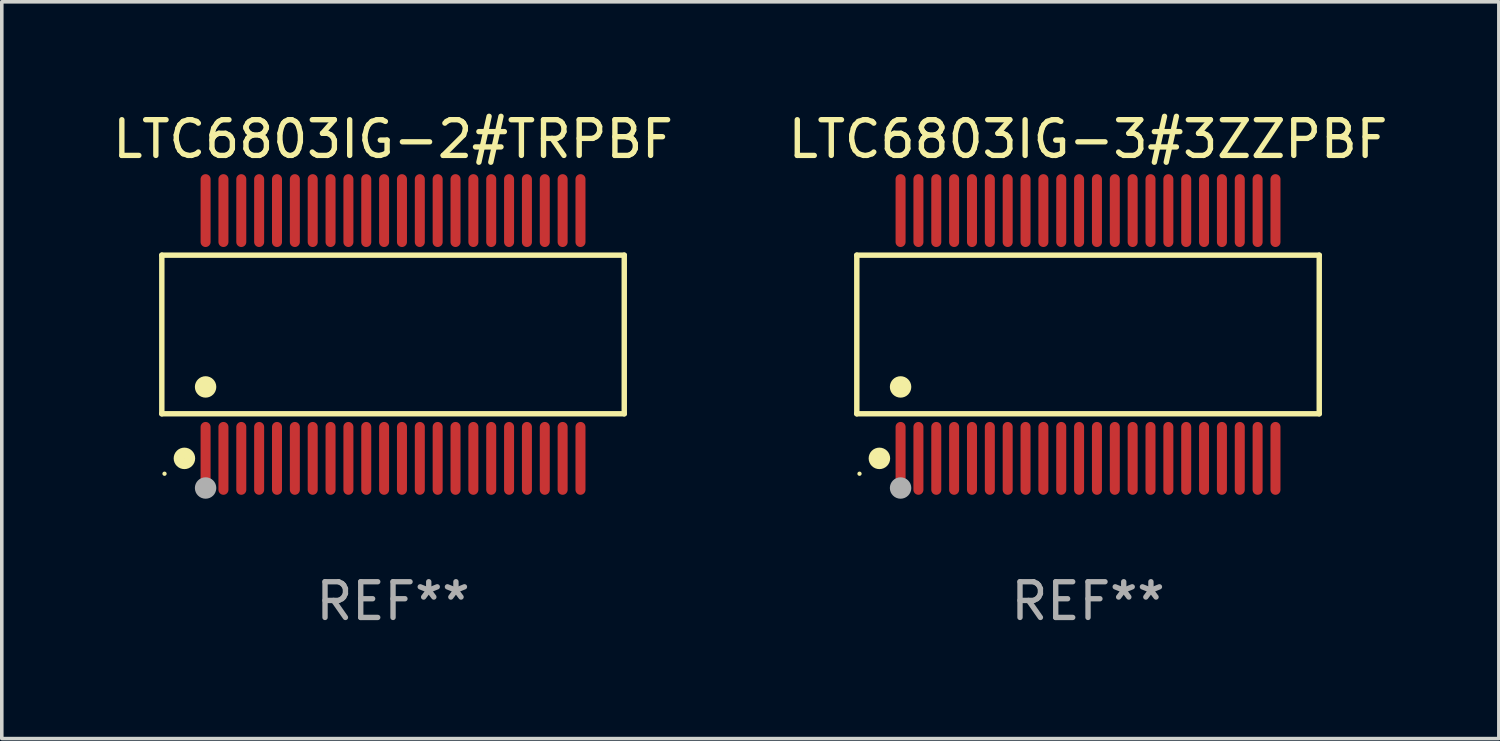
<source format=kicad_pcb>
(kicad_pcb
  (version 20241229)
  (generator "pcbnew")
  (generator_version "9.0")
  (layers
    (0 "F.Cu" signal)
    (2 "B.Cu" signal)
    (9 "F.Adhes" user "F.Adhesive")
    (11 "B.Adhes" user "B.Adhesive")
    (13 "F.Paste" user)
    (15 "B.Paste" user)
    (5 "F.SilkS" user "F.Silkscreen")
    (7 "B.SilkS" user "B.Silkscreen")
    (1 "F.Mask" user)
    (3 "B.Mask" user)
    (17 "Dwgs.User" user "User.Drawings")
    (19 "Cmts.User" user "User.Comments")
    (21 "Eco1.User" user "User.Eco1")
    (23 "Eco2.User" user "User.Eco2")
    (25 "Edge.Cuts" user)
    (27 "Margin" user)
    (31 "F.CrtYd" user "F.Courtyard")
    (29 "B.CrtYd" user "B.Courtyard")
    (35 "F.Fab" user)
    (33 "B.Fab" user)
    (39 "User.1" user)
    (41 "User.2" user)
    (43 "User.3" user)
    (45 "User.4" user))
  (footprint "LTC6803IG-2#TRPBF"
    (layer "F.Cu")
    (at 7.958 6.318)
    (property "Reference" "LTC6803IG-2#TRPBF" (at 0 -5.47 0) (layer "F.SilkS") (effects (font (size 1 1) (thickness 0.15))))
    (attr through_hole)
    (fp_line (start -6.476 -2.221) (end 6.476 -2.221) (stroke (width 0.152) (type solid)) (layer "F.SilkS"))
    (fp_line (start -6.476 2.221) (end -6.476 -2.221) (stroke (width 0.152) (type solid)) (layer "F.SilkS"))
    (fp_line (start 6.476 -2.221) (end 6.476 2.221) (stroke (width 0.152) (type solid)) (layer "F.SilkS"))
    (fp_line (start 6.476 2.221) (end -6.476 2.221) (stroke (width 0.152) (type solid)) (layer "F.SilkS"))
    (fp_circle (center -6.4 3.9) (end -6.37 3.9) (stroke (width 0.06) (type solid)) (fill no) (layer "F.SilkS"))
    (fp_circle (center -5.843 3.47) (end -5.692 3.47) (stroke (width 0.3) (type solid)) (fill no) (layer "F.SilkS"))
    (fp_circle (center -5.25 1.469) (end -5.1 1.469) (stroke (width 0.3) (type solid)) (fill no) (layer "F.SilkS"))
    (fp_circle (center -5.25 4.3) (end -5.1 4.3) (stroke (width 0.3) (type solid)) (fill no) (layer "F.Fab"))
    (fp_text user "REF**" (at 0 7.47 0) (layer "F.Fab") (effects (font (size 1 1) (thickness 0.15))))
    (pad "1" smd oval (at -5.25 3.47) (size 0.28 2.04) (layers "F.Cu" "F.Mask" "F.Paste"))
    (pad "2" smd oval (at -4.75 3.47) (size 0.28 2.04) (layers "F.Cu" "F.Mask" "F.Paste"))
    (pad "3" smd oval (at -4.25 3.47) (size 0.28 2.04) (layers "F.Cu" "F.Mask" "F.Paste"))
    (pad "4" smd oval (at -3.75 3.47) (size 0.28 2.04) (layers "F.Cu" "F.Mask" "F.Paste"))
    (pad "5" smd oval (at -3.25 3.47) (size 0.28 2.04) (layers "F.Cu" "F.Mask" "F.Paste"))
    (pad "6" smd oval (at -2.75 3.47) (size 0.28 2.04) (layers "F.Cu" "F.Mask" "F.Paste"))
    (pad "7" smd oval (at -2.25 3.47) (size 0.28 2.04) (layers "F.Cu" "F.Mask" "F.Paste"))
    (pad "8" smd oval (at -1.75 3.47) (size 0.28 2.04) (layers "F.Cu" "F.Mask" "F.Paste"))
    (pad "9" smd oval (at -1.25 3.47) (size 0.28 2.04) (layers "F.Cu" "F.Mask" "F.Paste"))
    (pad "10" smd oval (at -0.75 3.47) (size 0.28 2.04) (layers "F.Cu" "F.Mask" "F.Paste"))
    (pad "11" smd oval (at -0.25 3.47) (size 0.28 2.04) (layers "F.Cu" "F.Mask" "F.Paste"))
    (pad "12" smd oval (at 0.25 3.47) (size 0.28 2.04) (layers "F.Cu" "F.Mask" "F.Paste"))
    (pad "13" smd oval (at 0.75 3.47) (size 0.28 2.04) (layers "F.Cu" "F.Mask" "F.Paste"))
    (pad "14" smd oval (at 1.25 3.47) (size 0.28 2.04) (layers "F.Cu" "F.Mask" "F.Paste"))
    (pad "15" smd oval (at 1.75 3.47) (size 0.28 2.04) (layers "F.Cu" "F.Mask" "F.Paste"))
    (pad "16" smd oval (at 2.25 3.47) (size 0.28 2.04) (layers "F.Cu" "F.Mask" "F.Paste"))
    (pad "17" smd oval (at 2.75 3.47) (size 0.28 2.04) (layers "F.Cu" "F.Mask" "F.Paste"))
    (pad "18" smd oval (at 3.25 3.47) (size 0.28 2.04) (layers "F.Cu" "F.Mask" "F.Paste"))
    (pad "19" smd oval (at 3.75 3.47) (size 0.28 2.04) (layers "F.Cu" "F.Mask" "F.Paste"))
    (pad "20" smd oval (at 4.25 3.47) (size 0.28 2.04) (layers "F.Cu" "F.Mask" "F.Paste"))
    (pad "21" smd oval (at 4.75 3.47) (size 0.28 2.04) (layers "F.Cu" "F.Mask" "F.Paste"))
    (pad "22" smd oval (at 5.25 3.47) (size 0.28 2.04) (layers "F.Cu" "F.Mask" "F.Paste"))
    (pad "23" smd oval (at 5.25 -3.47) (size 0.28 2.04) (layers "F.Cu" "F.Mask" "F.Paste"))
    (pad "24" smd oval (at 4.75 -3.47) (size 0.28 2.04) (layers "F.Cu" "F.Mask" "F.Paste"))
    (pad "25" smd oval (at 4.25 -3.47) (size 0.28 2.04) (layers "F.Cu" "F.Mask" "F.Paste"))
    (pad "26" smd oval (at 3.75 -3.47) (size 0.28 2.04) (layers "F.Cu" "F.Mask" "F.Paste"))
    (pad "27" smd oval (at 3.25 -3.47) (size 0.28 2.04) (layers "F.Cu" "F.Mask" "F.Paste"))
    (pad "28" smd oval (at 2.75 -3.47) (size 0.28 2.04) (layers "F.Cu" "F.Mask" "F.Paste"))
    (pad "29" smd oval (at 2.25 -3.47) (size 0.28 2.04) (layers "F.Cu" "F.Mask" "F.Paste"))
    (pad "30" smd oval (at 1.75 -3.47) (size 0.28 2.04) (layers "F.Cu" "F.Mask" "F.Paste"))
    (pad "31" smd oval (at 1.25 -3.47) (size 0.28 2.04) (layers "F.Cu" "F.Mask" "F.Paste"))
    (pad "32" smd oval (at 0.75 -3.47) (size 0.28 2.04) (layers "F.Cu" "F.Mask" "F.Paste"))
    (pad "33" smd oval (at 0.25 -3.47) (size 0.28 2.04) (layers "F.Cu" "F.Mask" "F.Paste"))
    (pad "34" smd oval (at -0.25 -3.47) (size 0.28 2.04) (layers "F.Cu" "F.Mask" "F.Paste"))
    (pad "35" smd oval (at -0.75 -3.47) (size 0.28 2.04) (layers "F.Cu" "F.Mask" "F.Paste"))
    (pad "36" smd oval (at -1.25 -3.47) (size 0.28 2.04) (layers "F.Cu" "F.Mask" "F.Paste"))
    (pad "37" smd oval (at -1.75 -3.47) (size 0.28 2.04) (layers "F.Cu" "F.Mask" "F.Paste"))
    (pad "38" smd oval (at -2.25 -3.47) (size 0.28 2.04) (layers "F.Cu" "F.Mask" "F.Paste"))
    (pad "39" smd oval (at -2.75 -3.47) (size 0.28 2.04) (layers "F.Cu" "F.Mask" "F.Paste"))
    (pad "40" smd oval (at -3.25 -3.47) (size 0.28 2.04) (layers "F.Cu" "F.Mask" "F.Paste"))
    (pad "41" smd oval (at -3.75 -3.47) (size 0.28 2.04) (layers "F.Cu" "F.Mask" "F.Paste"))
    (pad "42" smd oval (at -4.25 -3.47) (size 0.28 2.04) (layers "F.Cu" "F.Mask" "F.Paste"))
    (pad "43" smd oval (at -4.75 -3.47) (size 0.28 2.04) (layers "F.Cu" "F.Mask" "F.Paste"))
    (pad "44" smd oval (at -5.25 -3.47) (size 0.28 2.04) (layers "F.Cu" "F.Mask" "F.Paste")))
  (footprint "LTC6803IG-3#3ZZPBF"
    (layer "F.Cu")
    (at 27.423 6.318)
    (property "Reference" "LTC6803IG-3#3ZZPBF" (at 0 -5.47 0) (layer "F.SilkS") (effects (font (size 1 1) (thickness 0.15))))
    (attr through_hole)
    (fp_line (start -6.476 -2.221) (end 6.476 -2.221) (stroke (width 0.152) (type solid)) (layer "F.SilkS"))
    (fp_line (start -6.476 2.221) (end -6.476 -2.221) (stroke (width 0.152) (type solid)) (layer "F.SilkS"))
    (fp_line (start 6.476 -2.221) (end 6.476 2.221) (stroke (width 0.152) (type solid)) (layer "F.SilkS"))
    (fp_line (start 6.476 2.221) (end -6.476 2.221) (stroke (width 0.152) (type solid)) (layer "F.SilkS"))
    (fp_circle (center -6.4 3.9) (end -6.37 3.9) (stroke (width 0.06) (type solid)) (fill no) (layer "F.SilkS"))
    (fp_circle (center -5.843 3.47) (end -5.692 3.47) (stroke (width 0.3) (type solid)) (fill no) (layer "F.SilkS"))
    (fp_circle (center -5.25 1.469) (end -5.1 1.469) (stroke (width 0.3) (type solid)) (fill no) (layer "F.SilkS"))
    (fp_circle (center -5.25 4.3) (end -5.1 4.3) (stroke (width 0.3) (type solid)) (fill no) (layer "F.Fab"))
    (fp_text user "REF**" (at 0 7.47 0) (layer "F.Fab") (effects (font (size 1 1) (thickness 0.15))))
    (pad "1" smd oval (at -5.25 3.47) (size 0.28 2.04) (layers "F.Cu" "F.Mask" "F.Paste"))
    (pad "2" smd oval (at -4.75 3.47) (size 0.28 2.04) (layers "F.Cu" "F.Mask" "F.Paste"))
    (pad "3" smd oval (at -4.25 3.47) (size 0.28 2.04) (layers "F.Cu" "F.Mask" "F.Paste"))
    (pad "4" smd oval (at -3.75 3.47) (size 0.28 2.04) (layers "F.Cu" "F.Mask" "F.Paste"))
    (pad "5" smd oval (at -3.25 3.47) (size 0.28 2.04) (layers "F.Cu" "F.Mask" "F.Paste"))
    (pad "6" smd oval (at -2.75 3.47) (size 0.28 2.04) (layers "F.Cu" "F.Mask" "F.Paste"))
    (pad "7" smd oval (at -2.25 3.47) (size 0.28 2.04) (layers "F.Cu" "F.Mask" "F.Paste"))
    (pad "8" smd oval (at -1.75 3.47) (size 0.28 2.04) (layers "F.Cu" "F.Mask" "F.Paste"))
    (pad "9" smd oval (at -1.25 3.47) (size 0.28 2.04) (layers "F.Cu" "F.Mask" "F.Paste"))
    (pad "10" smd oval (at -0.75 3.47) (size 0.28 2.04) (layers "F.Cu" "F.Mask" "F.Paste"))
    (pad "11" smd oval (at -0.25 3.47) (size 0.28 2.04) (layers "F.Cu" "F.Mask" "F.Paste"))
    (pad "12" smd oval (at 0.25 3.47) (size 0.28 2.04) (layers "F.Cu" "F.Mask" "F.Paste"))
    (pad "13" smd oval (at 0.75 3.47) (size 0.28 2.04) (layers "F.Cu" "F.Mask" "F.Paste"))
    (pad "14" smd oval (at 1.25 3.47) (size 0.28 2.04) (layers "F.Cu" "F.Mask" "F.Paste"))
    (pad "15" smd oval (at 1.75 3.47) (size 0.28 2.04) (layers "F.Cu" "F.Mask" "F.Paste"))
    (pad "16" smd oval (at 2.25 3.47) (size 0.28 2.04) (layers "F.Cu" "F.Mask" "F.Paste"))
    (pad "17" smd oval (at 2.75 3.47) (size 0.28 2.04) (layers "F.Cu" "F.Mask" "F.Paste"))
    (pad "18" smd oval (at 3.25 3.47) (size 0.28 2.04) (layers "F.Cu" "F.Mask" "F.Paste"))
    (pad "19" smd oval (at 3.75 3.47) (size 0.28 2.04) (layers "F.Cu" "F.Mask" "F.Paste"))
    (pad "20" smd oval (at 4.25 3.47) (size 0.28 2.04) (layers "F.Cu" "F.Mask" "F.Paste"))
    (pad "21" smd oval (at 4.75 3.47) (size 0.28 2.04) (layers "F.Cu" "F.Mask" "F.Paste"))
    (pad "22" smd oval (at 5.25 3.47) (size 0.28 2.04) (layers "F.Cu" "F.Mask" "F.Paste"))
    (pad "23" smd oval (at 5.25 -3.47) (size 0.28 2.04) (layers "F.Cu" "F.Mask" "F.Paste"))
    (pad "24" smd oval (at 4.75 -3.47) (size 0.28 2.04) (layers "F.Cu" "F.Mask" "F.Paste"))
    (pad "25" smd oval (at 4.25 -3.47) (size 0.28 2.04) (layers "F.Cu" "F.Mask" "F.Paste"))
    (pad "26" smd oval (at 3.75 -3.47) (size 0.28 2.04) (layers "F.Cu" "F.Mask" "F.Paste"))
    (pad "27" smd oval (at 3.25 -3.47) (size 0.28 2.04) (layers "F.Cu" "F.Mask" "F.Paste"))
    (pad "28" smd oval (at 2.75 -3.47) (size 0.28 2.04) (layers "F.Cu" "F.Mask" "F.Paste"))
    (pad "29" smd oval (at 2.25 -3.47) (size 0.28 2.04) (layers "F.Cu" "F.Mask" "F.Paste"))
    (pad "30" smd oval (at 1.75 -3.47) (size 0.28 2.04) (layers "F.Cu" "F.Mask" "F.Paste"))
    (pad "31" smd oval (at 1.25 -3.47) (size 0.28 2.04) (layers "F.Cu" "F.Mask" "F.Paste"))
    (pad "32" smd oval (at 0.75 -3.47) (size 0.28 2.04) (layers "F.Cu" "F.Mask" "F.Paste"))
    (pad "33" smd oval (at 0.25 -3.47) (size 0.28 2.04) (layers "F.Cu" "F.Mask" "F.Paste"))
    (pad "34" smd oval (at -0.25 -3.47) (size 0.28 2.04) (layers "F.Cu" "F.Mask" "F.Paste"))
    (pad "35" smd oval (at -0.75 -3.47) (size 0.28 2.04) (layers "F.Cu" "F.Mask" "F.Paste"))
    (pad "36" smd oval (at -1.25 -3.47) (size 0.28 2.04) (layers "F.Cu" "F.Mask" "F.Paste"))
    (pad "37" smd oval (at -1.75 -3.47) (size 0.28 2.04) (layers "F.Cu" "F.Mask" "F.Paste"))
    (pad "38" smd oval (at -2.25 -3.47) (size 0.28 2.04) (layers "F.Cu" "F.Mask" "F.Paste"))
    (pad "39" smd oval (at -2.75 -3.47) (size 0.28 2.04) (layers "F.Cu" "F.Mask" "F.Paste"))
    (pad "40" smd oval (at -3.25 -3.47) (size 0.28 2.04) (layers "F.Cu" "F.Mask" "F.Paste"))
    (pad "41" smd oval (at -3.75 -3.47) (size 0.28 2.04) (layers "F.Cu" "F.Mask" "F.Paste"))
    (pad "42" smd oval (at -4.25 -3.47) (size 0.28 2.04) (layers "F.Cu" "F.Mask" "F.Paste"))
    (pad "43" smd oval (at -4.75 -3.47) (size 0.28 2.04) (layers "F.Cu" "F.Mask" "F.Paste"))
    (pad "44" smd oval (at -5.25 -3.47) (size 0.28 2.04) (layers "F.Cu" "F.Mask" "F.Paste")))
  (gr_rect
    (start -3 -3)
    (end 38.929 17.636)
    (stroke (width 0.1) (type default))
    (fill no)
    (layer "Edge.Cuts")))
</source>
